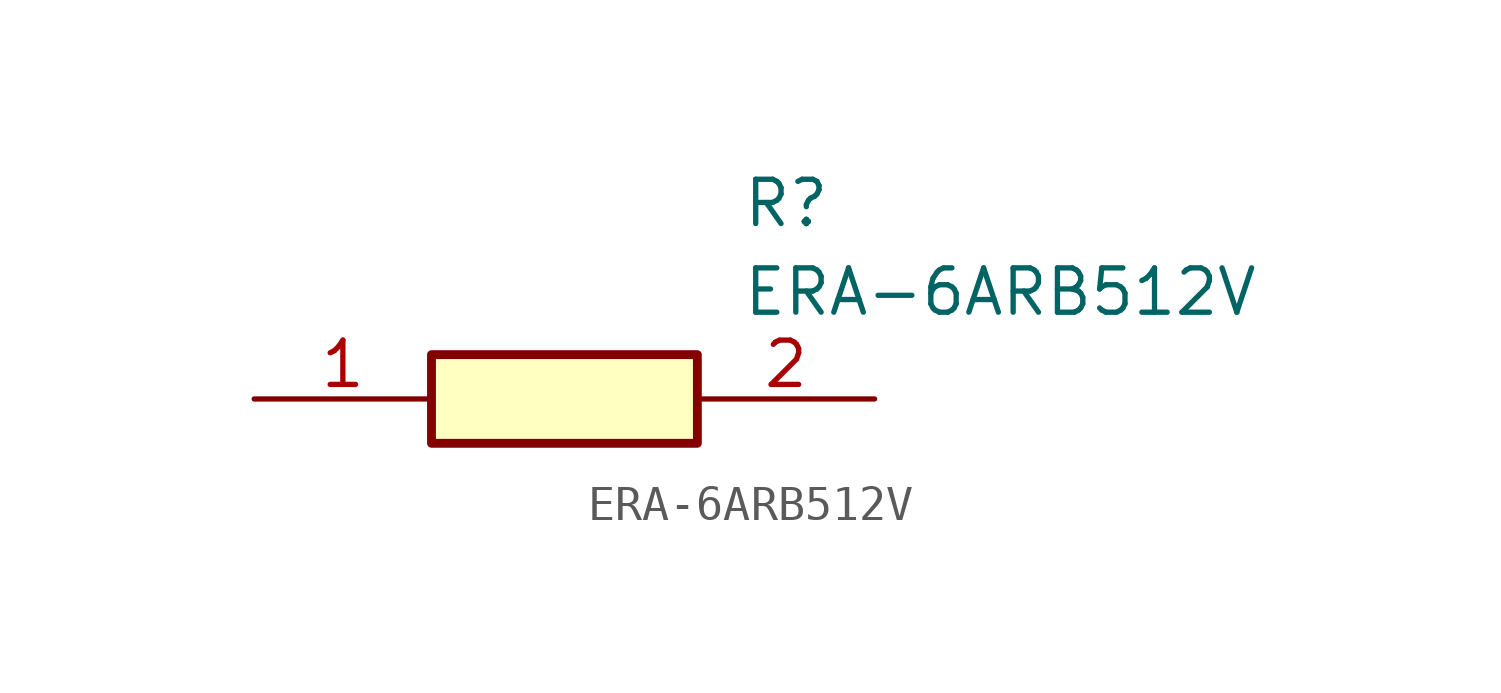
<source format=kicad_sym>
(kicad_symbol_lib
  (version 20211014)
  (generator SamacSys_ECAD_Model)
  (symbol "ERA-6ARB512V"
    (pin_names hide)
    (property "Reference" "R"
      (at 13.97 6.35 0)
      (effects (font (size 1.27 1.27)) (justify left top)))
    (property "Value" "ERA-6ARB512V"
      (at 13.97 3.81 0)
      (effects (font (size 1.27 1.27)) (justify left top)))
    (rectangle
      (start 5.08 1.27)
      (end 12.7 -1.27)
      (stroke (width 0.254) (type default))
      (fill (type background)))
    (pin passive line
      (at 0 0 0)
      (length 5.08)
      (name "1" (effects (font (size 1.27 1.27))))
      (number "1" (effects (font (size 1.27 1.27)))))
    (pin passive line
      (at 17.78 0 180)
      (length 5.08)
      (name "2" (effects (font (size 1.27 1.27))))
      (number "2" (effects (font (size 1.27 1.27)))))))
</source>
